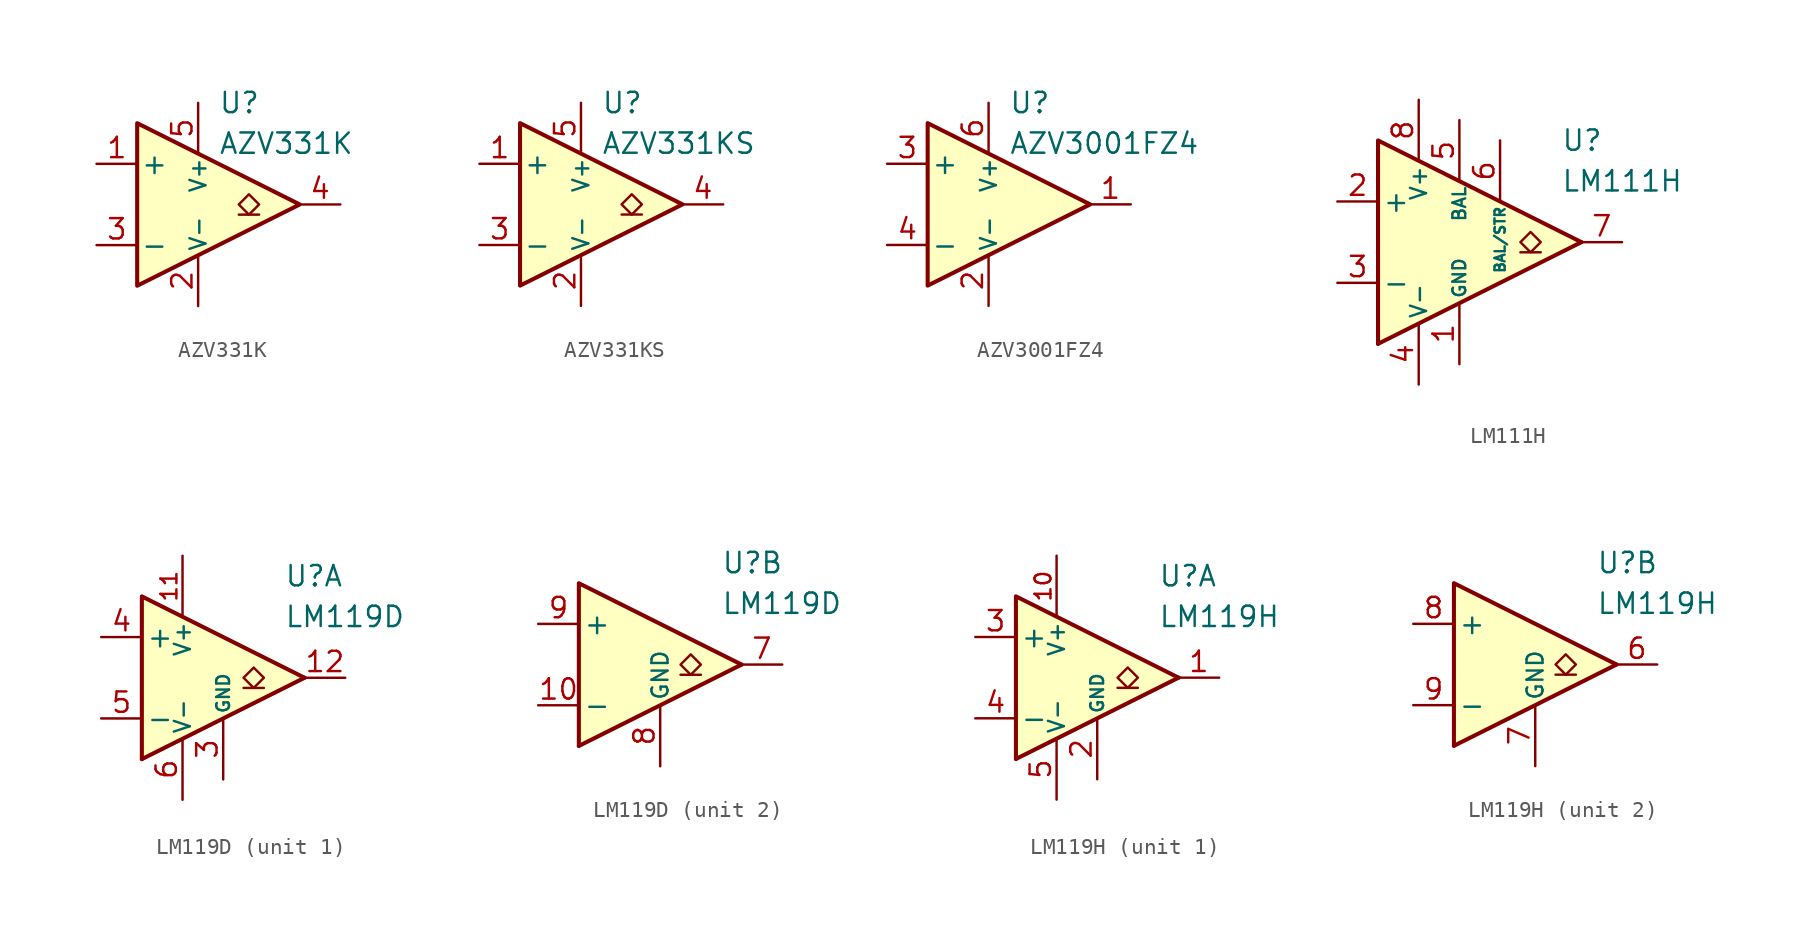
<source format=kicad_sym>
(kicad_symbol_lib
  (version 20231120)
  (generator "kicad_symbol_editor")
  (generator_version "8.0")
  (symbol "AZV331K"
    (pin_names
      (offset 0.2))
    (property "Reference" "U"
      (at 1.27 6.35 0)
      (effects (font (size 1.27 1.27)) (justify left)))
    (property "Value" "AZV331K"
      (at 1.27 3.81 0)
      (effects (font (size 1.27 1.27)) (justify left)))
    (symbol "AZV331K_0_1"
      (polyline (pts (xy -3.81 5.08) (xy -3.81 -5.08) (xy 6.35 0) (xy -3.81 5.08)) (stroke (width 0.254) (type default)) (fill (type background))))
    (symbol "AZV331K_1_1"
      (polyline (pts (xy 3.81 -0.635) (xy 2.54 -0.635)) (stroke (width 0.152) (type default)) (fill (type none)))
      (polyline (pts (xy 3.175 -0.635) (xy 2.54 0) (xy 3.175 0.635) (xy 3.81 0) (xy 3.175 -0.635)) (stroke (width 0.152) (type default)) (fill (type none)))
      (pin input line (at -6.35 2.54 0) (length 2.54) (name "+" (effects (font (size 1.27 1.27)))) (number "1" (effects (font (size 1.27 1.27)))))
      (pin power_in line (at 0 -6.35 90) (length 3.18) (name "V-" (effects (font (size 1 1)))) (number "2" (effects (font (size 1.27 1.27)))))
      (pin input line (at -6.35 -2.54 0) (length 2.54) (name "-" (effects (font (size 1.27 1.27)))) (number "3" (effects (font (size 1.27 1.27)))))
      (pin open_collector line (at 8.89 0 180) (length 2.54) (name "~" (effects (font (size 1.27 1.27)))) (number "4" (effects (font (size 1.27 1.27)))))
      (pin power_in line (at 0 6.35 270) (length 3.18) (name "V+" (effects (font (size 1 1)))) (number "5" (effects (font (size 1.27 1.27)))))))
  (symbol "AZV331KS"
    (pin_names
      (offset 0.2))
    (property "Reference" "U"
      (at 1.27 6.35 0)
      (effects (font (size 1.27 1.27)) (justify left)))
    (property "Value" "AZV331KS"
      (at 1.27 3.81 0)
      (effects (font (size 1.27 1.27)) (justify left)))
    (symbol "AZV331KS_0_1"
      (polyline (pts (xy -3.81 5.08) (xy -3.81 -5.08) (xy 6.35 0) (xy -3.81 5.08)) (stroke (width 0.254) (type default)) (fill (type background))))
    (symbol "AZV331KS_1_1"
      (polyline (pts (xy 3.81 -0.635) (xy 2.54 -0.635)) (stroke (width 0.152) (type default)) (fill (type none)))
      (polyline (pts (xy 3.175 -0.635) (xy 2.54 0) (xy 3.175 0.635) (xy 3.81 0) (xy 3.175 -0.635)) (stroke (width 0.152) (type default)) (fill (type none)))
      (pin input line (at -6.35 2.54 0) (length 2.54) (name "+" (effects (font (size 1.27 1.27)))) (number "1" (effects (font (size 1.27 1.27)))))
      (pin power_in line (at 0 -6.35 90) (length 3.18) (name "V-" (effects (font (size 1 1)))) (number "2" (effects (font (size 1.27 1.27)))))
      (pin input line (at -6.35 -2.54 0) (length 2.54) (name "-" (effects (font (size 1.27 1.27)))) (number "3" (effects (font (size 1.27 1.27)))))
      (pin open_collector line (at 8.89 0 180) (length 2.54) (name "~" (effects (font (size 1.27 1.27)))) (number "4" (effects (font (size 1.27 1.27)))))
      (pin power_in line (at 0 6.35 270) (length 3.18) (name "V+" (effects (font (size 1 1)))) (number "5" (effects (font (size 1.27 1.27)))))))
  (symbol "AZV3001FZ4"
    (pin_names
      (offset 0.2))
    (property "Reference" "U"
      (at 1.27 6.35 0)
      (effects (font (size 1.27 1.27)) (justify left)))
    (property "Value" "AZV3001FZ4"
      (at 1.27 3.81 0)
      (effects (font (size 1.27 1.27)) (justify left)))
    (symbol "AZV3001FZ4_0_1"
      (polyline (pts (xy -3.81 5.08) (xy -3.81 -5.08) (xy 6.35 0) (xy -3.81 5.08)) (stroke (width 0.254) (type default)) (fill (type background))))
    (symbol "AZV3001FZ4_1_1"
      (pin output line (at 8.89 0 180) (length 2.54) (name "~" (effects (font (size 1.27 1.27)))) (number "1" (effects (font (size 1.27 1.27)))))
      (pin power_in line (at 0 -6.35 90) (length 3.18) (name "V-" (effects (font (size 1 1)))) (number "2" (effects (font (size 1.27 1.27)))))
      (pin input line (at -6.35 2.54 0) (length 2.54) (name "+" (effects (font (size 1.27 1.27)))) (number "3" (effects (font (size 1.27 1.27)))))
      (pin input line (at -6.35 -2.54 0) (length 2.54) (name "-" (effects (font (size 1.27 1.27)))) (number "4" (effects (font (size 1.27 1.27)))))
      (pin free line (at -2.54 0 0) (length 2.54) hide (name "NC" (effects (font (size 1.27 1.27)))) (number "5" (effects (font (size 1.27 1.27)))))
      (pin power_in line (at 0 6.35 270) (length 3.18) (name "V+" (effects (font (size 1 1)))) (number "6" (effects (font (size 1.27 1.27)))))))
  (symbol "LM111H"
    (pin_names
      (offset 0.254))
    (property "Reference" "U"
      (at 6.35 6.35 0)
      (effects (font (size 1.27 1.27)) (justify left)))
    (property "Value" "LM111H"
      (at 6.35 3.81 0)
      (effects (font (size 1.27 1.27)) (justify left)))
    (symbol "LM111H_0_0"
      (polyline (pts (xy 7.62 0) (xy -5.08 -6.35)) (stroke (width 0.254) (type default)) (fill (type none)))
      (polyline (pts (xy 7.62 0) (xy -5.08 6.35) (xy -5.08 -6.35)) (stroke (width 0.254) (type default)) (fill (type background))))
    (symbol "LM111H_1_1"
      (polyline (pts (xy 5.08 -0.635) (xy 3.81 -0.635)) (stroke (width 0.152) (type default)) (fill (type none)))
      (polyline (pts (xy 4.445 -0.635) (xy 3.81 0) (xy 4.445 0.635) (xy 5.08 0) (xy 4.445 -0.635)) (stroke (width 0.152) (type default)) (fill (type none)))
      (pin power_in line (at 0 -7.62 90) (length 3.81) (name "GND" (effects (font (size 0.8 0.8)))) (number "1" (effects (font (size 1.27 1.27)))))
      (pin input line (at -7.62 2.54 0) (length 2.54) (name "+" (effects (font (size 1.27 1.27)))) (number "2" (effects (font (size 1.27 1.27)))))
      (pin input line (at -7.62 -2.54 0) (length 2.54) (name "-" (effects (font (size 1.27 1.27)))) (number "3" (effects (font (size 1.27 1.27)))))
      (pin power_in line (at -2.54 -8.89 90) (length 3.81) (name "V-" (effects (font (size 1 1)))) (number "4" (effects (font (size 1.27 1.27)))))
      (pin input line (at 0 7.62 270) (length 3.81) (name "BAL" (effects (font (size 0.8 0.8)))) (number "5" (effects (font (size 1.27 1.27)))))
      (pin input line (at 2.54 6.35 270) (length 3.81) (name "BAL/STR" (effects (font (size 0.635 0.635)))) (number "6" (effects (font (size 1.27 1.27)))))
      (pin open_collector line (at 10.16 0 180) (length 2.54) (name "~" (effects (font (size 1.27 1.27)))) (number "7" (effects (font (size 1.27 1.27)))))
      (pin power_in line (at -2.54 8.89 270) (length 3.81) (name "V+" (effects (font (size 1 1)))) (number "8" (effects (font (size 1.27 1.27)))))))
  (symbol "LM119D"
    (pin_names
      (offset 0.254))
    (property "Reference" "U"
      (at 6.35 6.35 0)
      (effects (font (size 1.27 1.27)) (justify left)))
    (property "Value" "LM119D"
      (at 6.35 3.81 0)
      (effects (font (size 1.27 1.27)) (justify left)))
    (property "ki_locked" ""
      (at 0 0 0)
      (effects (font (size 1.27 1.27))))
    (symbol "LM119D_0_0"
      (polyline (pts (xy 7.62 0) (xy -2.54 -5.08)) (stroke (width 0.254) (type default)) (fill (type none)))
      (polyline (pts (xy 7.62 0) (xy -2.54 5.08) (xy -2.54 -5.08)) (stroke (width 0.254) (type default)) (fill (type background))))
    (symbol "LM119D_1_1"
      (polyline (pts (xy 5.08 -0.635) (xy 3.81 -0.635)) (stroke (width 0.152) (type default)) (fill (type none)))
      (polyline (pts (xy 4.445 -0.635) (xy 3.81 0) (xy 4.445 0.635) (xy 5.08 0) (xy 4.445 -0.635)) (stroke (width 0.152) (type default)) (fill (type none)))
      (pin no_connect line (at 1.27 2.54 270) (length 2.54) hide (name "NC" (effects (font (size 1.27 1.27)))) (number "1" (effects (font (size 1.27 1.27)))))
      (pin power_in line (at 0 7.62 270) (length 3.81) (name "V+" (effects (font (size 1 1)))) (number "11" (effects (font (size 1 1)))))
      (pin open_collector line (at 10.16 0 180) (length 2.54) (name "~" (effects (font (size 1.27 1.27)))) (number "12" (effects (font (size 1.27 1.27)))))
      (pin no_connect line (at 1.27 -2.54 90) (length 2.54) hide (name "NC" (effects (font (size 1.27 1.27)))) (number "2" (effects (font (size 1.27 1.27)))))
      (pin power_in line (at 2.54 -6.35 90) (length 3.81) (name "GND" (effects (font (size 0.8 0.8)))) (number "3" (effects (font (size 1.27 1.27)))))
      (pin input line (at -5.08 2.54 0) (length 2.54) (name "+" (effects (font (size 1.27 1.27)))) (number "4" (effects (font (size 1.27 1.27)))))
      (pin input line (at -5.08 -2.54 0) (length 2.54) (name "-" (effects (font (size 1.27 1.27)))) (number "5" (effects (font (size 1.27 1.27)))))
      (pin power_in line (at 0 -7.62 90) (length 3.81) (name "V-" (effects (font (size 1 1)))) (number "6" (effects (font (size 1.27 1.27))))))
    (symbol "LM119D_2_1"
      (polyline (pts (xy 5.08 -0.635) (xy 3.81 -0.635)) (stroke (width 0.152) (type default)) (fill (type none)))
      (polyline (pts (xy 4.445 -0.635) (xy 3.81 0) (xy 4.445 0.635) (xy 5.08 0) (xy 4.445 -0.635)) (stroke (width 0.152) (type default)) (fill (type none)))
      (pin input line (at -5.08 -2.54 0) (length 2.54) (name "-" (effects (font (size 1.27 1.27)))) (number "10" (effects (font (size 1.27 1.27)))))
      (pin no_connect line (at 1.27 -2.54 90) (length 2.54) hide (name "NC" (effects (font (size 1.27 1.27)))) (number "13" (effects (font (size 1.27 1.27)))))
      (pin no_connect line (at 1.27 2.54 270) (length 2.54) hide (name "NC" (effects (font (size 1.27 1.27)))) (number "14" (effects (font (size 1.27 1.27)))))
      (pin open_collector line (at 10.16 0 180) (length 2.54) (name "~" (effects (font (size 1.27 1.27)))) (number "7" (effects (font (size 1.27 1.27)))))
      (pin power_in line (at 2.54 -6.35 90) (length 3.81) (name "GND" (effects (font (size 1 1)))) (number "8" (effects (font (size 1.27 1.27)))))
      (pin input line (at -5.08 2.54 0) (length 2.54) (name "+" (effects (font (size 1.27 1.27)))) (number "9" (effects (font (size 1.27 1.27)))))))
  (symbol "LM119H"
    (pin_names
      (offset 0.254))
    (property "Reference" "U"
      (at 6.35 6.35 0)
      (effects (font (size 1.27 1.27)) (justify left)))
    (property "Value" "LM119H"
      (at 6.35 3.81 0)
      (effects (font (size 1.27 1.27)) (justify left)))
    (property "ki_locked" ""
      (at 0 0 0)
      (effects (font (size 1.27 1.27))))
    (symbol "LM119H_0_0"
      (polyline (pts (xy 7.62 0) (xy -2.54 -5.08)) (stroke (width 0.254) (type default)) (fill (type none)))
      (polyline (pts (xy 7.62 0) (xy -2.54 5.08) (xy -2.54 -5.08)) (stroke (width 0.254) (type default)) (fill (type background))))
    (symbol "LM119H_1_1"
      (polyline (pts (xy 5.08 -0.635) (xy 3.81 -0.635)) (stroke (width 0.152) (type default)) (fill (type none)))
      (polyline (pts (xy 4.445 -0.635) (xy 3.81 0) (xy 4.445 0.635) (xy 5.08 0) (xy 4.445 -0.635)) (stroke (width 0.152) (type default)) (fill (type none)))
      (pin open_collector line (at 10.16 0 180) (length 2.54) (name "~" (effects (font (size 1.27 1.27)))) (number "1" (effects (font (size 1.27 1.27)))))
      (pin power_in line (at 0 7.62 270) (length 3.81) (name "V+" (effects (font (size 1 1)))) (number "10" (effects (font (size 1 1)))))
      (pin power_in line (at 2.54 -6.35 90) (length 3.81) (name "GND" (effects (font (size 0.8 0.8)))) (number "2" (effects (font (size 1.27 1.27)))))
      (pin input line (at -5.08 2.54 0) (length 2.54) (name "+" (effects (font (size 1.27 1.27)))) (number "3" (effects (font (size 1.27 1.27)))))
      (pin input line (at -5.08 -2.54 0) (length 2.54) (name "-" (effects (font (size 1.27 1.27)))) (number "4" (effects (font (size 1.27 1.27)))))
      (pin power_in line (at 0 -7.62 90) (length 3.81) (name "V-" (effects (font (size 1 1)))) (number "5" (effects (font (size 1.27 1.27))))))
    (symbol "LM119H_2_1"
      (polyline (pts (xy 5.08 -0.635) (xy 3.81 -0.635)) (stroke (width 0.152) (type default)) (fill (type none)))
      (polyline (pts (xy 4.445 -0.635) (xy 3.81 0) (xy 4.445 0.635) (xy 5.08 0) (xy 4.445 -0.635)) (stroke (width 0.152) (type default)) (fill (type none)))
      (pin open_collector line (at 10.16 0 180) (length 2.54) (name "~" (effects (font (size 1.27 1.27)))) (number "6" (effects (font (size 1.27 1.27)))))
      (pin power_in line (at 2.54 -6.35 90) (length 3.81) (name "GND" (effects (font (size 1 1)))) (number "7" (effects (font (size 1.27 1.27)))))
      (pin input line (at -5.08 2.54 0) (length 2.54) (name "+" (effects (font (size 1.27 1.27)))) (number "8" (effects (font (size 1.27 1.27)))))
      (pin input line (at -5.08 -2.54 0) (length 2.54) (name "-" (effects (font (size 1.27 1.27)))) (number "9" (effects (font (size 1.27 1.27))))))))
</source>
